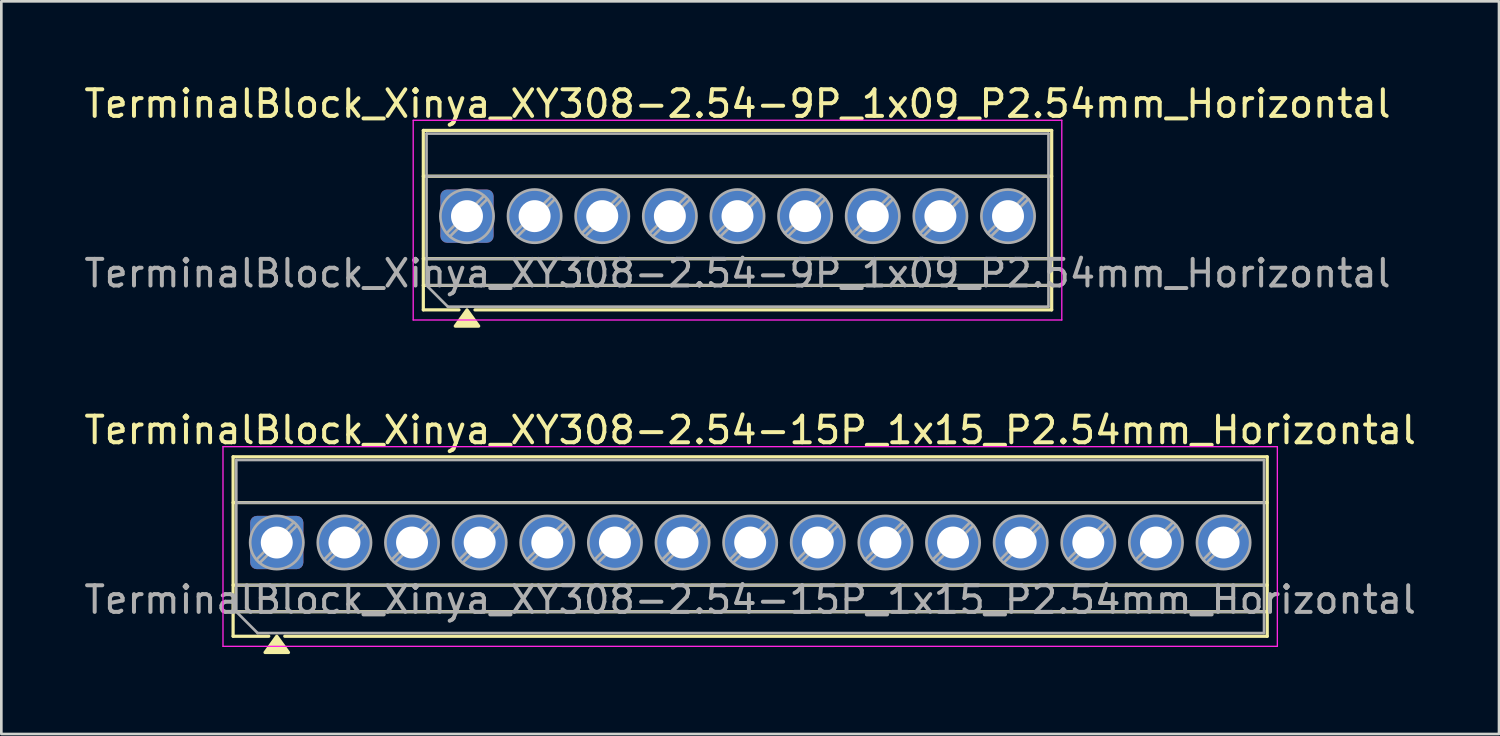
<source format=kicad_pcb>
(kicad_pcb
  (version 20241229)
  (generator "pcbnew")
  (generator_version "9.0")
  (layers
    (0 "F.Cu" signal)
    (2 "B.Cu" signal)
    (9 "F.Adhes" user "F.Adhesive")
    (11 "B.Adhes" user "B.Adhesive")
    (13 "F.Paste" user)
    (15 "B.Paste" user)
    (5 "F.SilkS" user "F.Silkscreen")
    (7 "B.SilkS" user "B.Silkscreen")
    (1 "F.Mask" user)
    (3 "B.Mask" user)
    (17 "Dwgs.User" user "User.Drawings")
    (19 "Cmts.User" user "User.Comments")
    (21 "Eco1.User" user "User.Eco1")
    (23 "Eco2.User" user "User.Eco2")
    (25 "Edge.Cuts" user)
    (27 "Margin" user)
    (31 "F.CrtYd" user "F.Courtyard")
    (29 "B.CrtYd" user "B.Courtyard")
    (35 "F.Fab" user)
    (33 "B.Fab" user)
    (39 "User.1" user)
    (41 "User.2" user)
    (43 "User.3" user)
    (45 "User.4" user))
  (footprint "TerminalBlock_Xinya_XY308-2.54-15P_1x15_P2.54mm_Horizontal"
    (layer "F.Cu")
    (at 7.345 17.326)
    (property "Reference" "TerminalBlock_Xinya_XY308-2.54-15P_1x15_P2.54mm_Horizontal" (at 17.78 -4.22 0) (layer "F.SilkS") (effects (font (size 1 1) (thickness 0.15))))
    (attr through_hole)
    (fp_line (start -1.64 -3.22) (end -1.64 3.52) (stroke (width 0.12) (type solid)) (layer "F.SilkS"))
    (fp_line (start -1.64 -3.22) (end 37.2 -3.22) (stroke (width 0.12) (type solid)) (layer "F.SilkS"))
    (fp_line (start -1.64 -1.5) (end 37.2 -1.5) (stroke (width 0.12) (type solid)) (layer "F.SilkS"))
    (fp_line (start -1.64 1.6) (end 37.2 1.6) (stroke (width 0.12) (type solid)) (layer "F.SilkS"))
    (fp_line (start -1.64 2.6) (end 37.2 2.6) (stroke (width 0.12) (type solid)) (layer "F.SilkS"))
    (fp_line (start -1.64 3.52) (end -0.3 3.52) (stroke (width 0.12) (type solid)) (layer "F.SilkS"))
    (fp_line (start 0.3 3.52) (end 37.2 3.52) (stroke (width 0.12) (type solid)) (layer "F.SilkS"))
    (fp_line (start 37.2 -3.22) (end 37.2 3.52) (stroke (width 0.12) (type solid)) (layer "F.SilkS"))
    (fp_poly (pts (xy 0 3.52) (xy 0.44 4.13) (xy -0.44 4.13)) (stroke (width 0.12) (type solid)) (fill yes) (layer "F.SilkS"))
    (fp_line (start -2.02 -3.6) (end -2.02 3.9) (stroke (width 0.05) (type solid)) (layer "F.CrtYd"))
    (fp_line (start -2.02 3.9) (end 37.58 3.9) (stroke (width 0.05) (type solid)) (layer "F.CrtYd"))
    (fp_line (start 37.58 -3.6) (end -2.02 -3.6) (stroke (width 0.05) (type solid)) (layer "F.CrtYd"))
    (fp_line (start 37.58 3.9) (end 37.58 -3.6) (stroke (width 0.05) (type solid)) (layer "F.CrtYd"))
    (fp_line (start -1.52 -3.1) (end 37.08 -3.1) (stroke (width 0.1) (type solid)) (layer "F.Fab"))
    (fp_line (start -1.52 -1.5) (end 37.08 -1.5) (stroke (width 0.1) (type solid)) (layer "F.Fab"))
    (fp_line (start -1.52 1.6) (end 37.08 1.6) (stroke (width 0.1) (type solid)) (layer "F.Fab"))
    (fp_line (start -1.52 2.6) (end -1.52 -3.1) (stroke (width 0.1) (type solid)) (layer "F.Fab"))
    (fp_line (start -1.52 2.6) (end 37.08 2.6) (stroke (width 0.1) (type solid)) (layer "F.Fab"))
    (fp_line (start -0.72 3.4) (end -1.52 2.6) (stroke (width 0.1) (type solid)) (layer "F.Fab"))
    (fp_line (start 0.636 -0.758) (end -0.758 0.636) (stroke (width 0.1) (type solid)) (layer "F.Fab"))
    (fp_line (start 0.758 -0.636) (end -0.636 0.758) (stroke (width 0.1) (type solid)) (layer "F.Fab"))
    (fp_line (start 3.176 -0.758) (end 1.782 0.636) (stroke (width 0.1) (type solid)) (layer "F.Fab"))
    (fp_line (start 3.298 -0.636) (end 1.904 0.758) (stroke (width 0.1) (type solid)) (layer "F.Fab"))
    (fp_line (start 5.716 -0.758) (end 4.322 0.636) (stroke (width 0.1) (type solid)) (layer "F.Fab"))
    (fp_line (start 5.838 -0.636) (end 4.444 0.758) (stroke (width 0.1) (type solid)) (layer "F.Fab"))
    (fp_line (start 8.256 -0.758) (end 6.862 0.636) (stroke (width 0.1) (type solid)) (layer "F.Fab"))
    (fp_line (start 8.378 -0.636) (end 6.984 0.758) (stroke (width 0.1) (type solid)) (layer "F.Fab"))
    (fp_line (start 10.796 -0.758) (end 9.402 0.636) (stroke (width 0.1) (type solid)) (layer "F.Fab"))
    (fp_line (start 10.918 -0.636) (end 9.524 0.758) (stroke (width 0.1) (type solid)) (layer "F.Fab"))
    (fp_line (start 13.336 -0.758) (end 11.942 0.636) (stroke (width 0.1) (type solid)) (layer "F.Fab"))
    (fp_line (start 13.458 -0.636) (end 12.064 0.758) (stroke (width 0.1) (type solid)) (layer "F.Fab"))
    (fp_line (start 15.876 -0.758) (end 14.482 0.636) (stroke (width 0.1) (type solid)) (layer "F.Fab"))
    (fp_line (start 15.998 -0.636) (end 14.604 0.758) (stroke (width 0.1) (type solid)) (layer "F.Fab"))
    (fp_line (start 18.416 -0.758) (end 17.022 0.636) (stroke (width 0.1) (type solid)) (layer "F.Fab"))
    (fp_line (start 18.538 -0.636) (end 17.144 0.758) (stroke (width 0.1) (type solid)) (layer "F.Fab"))
    (fp_line (start 20.956 -0.758) (end 19.562 0.636) (stroke (width 0.1) (type solid)) (layer "F.Fab"))
    (fp_line (start 21.078 -0.636) (end 19.684 0.758) (stroke (width 0.1) (type solid)) (layer "F.Fab"))
    (fp_line (start 23.496 -0.758) (end 22.102 0.636) (stroke (width 0.1) (type solid)) (layer "F.Fab"))
    (fp_line (start 23.618 -0.636) (end 22.224 0.758) (stroke (width 0.1) (type solid)) (layer "F.Fab"))
    (fp_line (start 26.036 -0.758) (end 24.642 0.636) (stroke (width 0.1) (type solid)) (layer "F.Fab"))
    (fp_line (start 26.158 -0.636) (end 24.764 0.758) (stroke (width 0.1) (type solid)) (layer "F.Fab"))
    (fp_line (start 28.576 -0.758) (end 27.182 0.636) (stroke (width 0.1) (type solid)) (layer "F.Fab"))
    (fp_line (start 28.698 -0.636) (end 27.304 0.758) (stroke (width 0.1) (type solid)) (layer "F.Fab"))
    (fp_line (start 31.116 -0.758) (end 29.722 0.636) (stroke (width 0.1) (type solid)) (layer "F.Fab"))
    (fp_line (start 31.238 -0.636) (end 29.844 0.758) (stroke (width 0.1) (type solid)) (layer "F.Fab"))
    (fp_line (start 33.656 -0.758) (end 32.262 0.636) (stroke (width 0.1) (type solid)) (layer "F.Fab"))
    (fp_line (start 33.778 -0.636) (end 32.384 0.758) (stroke (width 0.1) (type solid)) (layer "F.Fab"))
    (fp_line (start 36.196 -0.758) (end 34.802 0.636) (stroke (width 0.1) (type solid)) (layer "F.Fab"))
    (fp_line (start 36.318 -0.636) (end 34.924 0.758) (stroke (width 0.1) (type solid)) (layer "F.Fab"))
    (fp_line (start 37.08 -3.1) (end 37.08 3.4) (stroke (width 0.1) (type solid)) (layer "F.Fab"))
    (fp_line (start 37.08 3.4) (end -0.72 3.4) (stroke (width 0.1) (type solid)) (layer "F.Fab"))
    (fp_circle (center 0 0) (end 1 0) (stroke (width 0.1) (type solid)) (fill no) (layer "F.Fab"))
    (fp_circle (center 2.54 0) (end 3.54 0) (stroke (width 0.1) (type solid)) (fill no) (layer "F.Fab"))
    (fp_circle (center 5.08 0) (end 6.08 0) (stroke (width 0.1) (type solid)) (fill no) (layer "F.Fab"))
    (fp_circle (center 7.62 0) (end 8.62 0) (stroke (width 0.1) (type solid)) (fill no) (layer "F.Fab"))
    (fp_circle (center 10.16 0) (end 11.16 0) (stroke (width 0.1) (type solid)) (fill no) (layer "F.Fab"))
    (fp_circle (center 12.7 0) (end 13.7 0) (stroke (width 0.1) (type solid)) (fill no) (layer "F.Fab"))
    (fp_circle (center 15.24 0) (end 16.24 0) (stroke (width 0.1) (type solid)) (fill no) (layer "F.Fab"))
    (fp_circle (center 17.78 0) (end 18.78 0) (stroke (width 0.1) (type solid)) (fill no) (layer "F.Fab"))
    (fp_circle (center 20.32 0) (end 21.32 0) (stroke (width 0.1) (type solid)) (fill no) (layer "F.Fab"))
    (fp_circle (center 22.86 0) (end 23.86 0) (stroke (width 0.1) (type solid)) (fill no) (layer "F.Fab"))
    (fp_circle (center 25.4 0) (end 26.4 0) (stroke (width 0.1) (type solid)) (fill no) (layer "F.Fab"))
    (fp_circle (center 27.94 0) (end 28.94 0) (stroke (width 0.1) (type solid)) (fill no) (layer "F.Fab"))
    (fp_circle (center 30.48 0) (end 31.48 0) (stroke (width 0.1) (type solid)) (fill no) (layer "F.Fab"))
    (fp_circle (center 33.02 0) (end 34.02 0) (stroke (width 0.1) (type solid)) (fill no) (layer "F.Fab"))
    (fp_circle (center 35.56 0) (end 36.56 0) (stroke (width 0.1) (type solid)) (fill no) (layer "F.Fab"))
    (fp_text user "${REFERENCE}" (at 17.78 2.15 0) (layer "F.Fab") (effects (font (size 1 1) (thickness 0.15))))
    (pad "1" thru_hole roundrect (at 0 0) (size 2 2) (drill 1.2) (layers "*.Cu" "*.Mask") (roundrect_rratio 0.125))
    (pad "2" thru_hole circle (at 2.54 0) (size 2 2) (drill 1.2) (layers "*.Cu" "*.Mask"))
    (pad "3" thru_hole circle (at 5.08 0) (size 2 2) (drill 1.2) (layers "*.Cu" "*.Mask"))
    (pad "4" thru_hole circle (at 7.62 0) (size 2 2) (drill 1.2) (layers "*.Cu" "*.Mask"))
    (pad "5" thru_hole circle (at 10.16 0) (size 2 2) (drill 1.2) (layers "*.Cu" "*.Mask"))
    (pad "6" thru_hole circle (at 12.7 0) (size 2 2) (drill 1.2) (layers "*.Cu" "*.Mask"))
    (pad "7" thru_hole circle (at 15.24 0) (size 2 2) (drill 1.2) (layers "*.Cu" "*.Mask"))
    (pad "8" thru_hole circle (at 17.78 0) (size 2 2) (drill 1.2) (layers "*.Cu" "*.Mask"))
    (pad "9" thru_hole circle (at 20.32 0) (size 2 2) (drill 1.2) (layers "*.Cu" "*.Mask"))
    (pad "10" thru_hole circle (at 22.86 0) (size 2 2) (drill 1.2) (layers "*.Cu" "*.Mask"))
    (pad "11" thru_hole circle (at 25.4 0) (size 2 2) (drill 1.2) (layers "*.Cu" "*.Mask"))
    (pad "12" thru_hole circle (at 27.94 0) (size 2 2) (drill 1.2) (layers "*.Cu" "*.Mask"))
    (pad "13" thru_hole circle (at 30.48 0) (size 2 2) (drill 1.2) (layers "*.Cu" "*.Mask"))
    (pad "14" thru_hole circle (at 33.02 0) (size 2 2) (drill 1.2) (layers "*.Cu" "*.Mask"))
    (pad "15" thru_hole circle (at 35.56 0) (size 2 2) (drill 1.2) (layers "*.Cu" "*.Mask")))
  (footprint "TerminalBlock_Xinya_XY308-2.54-9P_1x09_P2.54mm_Horizontal"
    (layer "F.Cu")
    (at 14.489 5.068)
    (property "Reference" "TerminalBlock_Xinya_XY308-2.54-9P_1x09_P2.54mm_Horizontal" (at 10.16 -4.22 0) (layer "F.SilkS") (effects (font (size 1 1) (thickness 0.15))))
    (attr through_hole)
    (fp_line (start -1.64 -3.22) (end -1.64 3.52) (stroke (width 0.12) (type solid)) (layer "F.SilkS"))
    (fp_line (start -1.64 -3.22) (end 21.96 -3.22) (stroke (width 0.12) (type solid)) (layer "F.SilkS"))
    (fp_line (start -1.64 -1.5) (end 21.96 -1.5) (stroke (width 0.12) (type solid)) (layer "F.SilkS"))
    (fp_line (start -1.64 1.6) (end 21.96 1.6) (stroke (width 0.12) (type solid)) (layer "F.SilkS"))
    (fp_line (start -1.64 2.6) (end 21.96 2.6) (stroke (width 0.12) (type solid)) (layer "F.SilkS"))
    (fp_line (start -1.64 3.52) (end -0.3 3.52) (stroke (width 0.12) (type solid)) (layer "F.SilkS"))
    (fp_line (start 0.3 3.52) (end 21.96 3.52) (stroke (width 0.12) (type solid)) (layer "F.SilkS"))
    (fp_line (start 21.96 -3.22) (end 21.96 3.52) (stroke (width 0.12) (type solid)) (layer "F.SilkS"))
    (fp_poly (pts (xy 0 3.52) (xy 0.44 4.13) (xy -0.44 4.13)) (stroke (width 0.12) (type solid)) (fill yes) (layer "F.SilkS"))
    (fp_line (start -2.02 -3.6) (end -2.02 3.9) (stroke (width 0.05) (type solid)) (layer "F.CrtYd"))
    (fp_line (start -2.02 3.9) (end 22.34 3.9) (stroke (width 0.05) (type solid)) (layer "F.CrtYd"))
    (fp_line (start 22.34 -3.6) (end -2.02 -3.6) (stroke (width 0.05) (type solid)) (layer "F.CrtYd"))
    (fp_line (start 22.34 3.9) (end 22.34 -3.6) (stroke (width 0.05) (type solid)) (layer "F.CrtYd"))
    (fp_line (start -1.52 -3.1) (end 21.84 -3.1) (stroke (width 0.1) (type solid)) (layer "F.Fab"))
    (fp_line (start -1.52 -1.5) (end 21.84 -1.5) (stroke (width 0.1) (type solid)) (layer "F.Fab"))
    (fp_line (start -1.52 1.6) (end 21.84 1.6) (stroke (width 0.1) (type solid)) (layer "F.Fab"))
    (fp_line (start -1.52 2.6) (end -1.52 -3.1) (stroke (width 0.1) (type solid)) (layer "F.Fab"))
    (fp_line (start -1.52 2.6) (end 21.84 2.6) (stroke (width 0.1) (type solid)) (layer "F.Fab"))
    (fp_line (start -0.72 3.4) (end -1.52 2.6) (stroke (width 0.1) (type solid)) (layer "F.Fab"))
    (fp_line (start 0.636 -0.758) (end -0.758 0.636) (stroke (width 0.1) (type solid)) (layer "F.Fab"))
    (fp_line (start 0.758 -0.636) (end -0.636 0.758) (stroke (width 0.1) (type solid)) (layer "F.Fab"))
    (fp_line (start 3.176 -0.758) (end 1.782 0.636) (stroke (width 0.1) (type solid)) (layer "F.Fab"))
    (fp_line (start 3.298 -0.636) (end 1.904 0.758) (stroke (width 0.1) (type solid)) (layer "F.Fab"))
    (fp_line (start 5.716 -0.758) (end 4.322 0.636) (stroke (width 0.1) (type solid)) (layer "F.Fab"))
    (fp_line (start 5.838 -0.636) (end 4.444 0.758) (stroke (width 0.1) (type solid)) (layer "F.Fab"))
    (fp_line (start 8.256 -0.758) (end 6.862 0.636) (stroke (width 0.1) (type solid)) (layer "F.Fab"))
    (fp_line (start 8.378 -0.636) (end 6.984 0.758) (stroke (width 0.1) (type solid)) (layer "F.Fab"))
    (fp_line (start 10.796 -0.758) (end 9.402 0.636) (stroke (width 0.1) (type solid)) (layer "F.Fab"))
    (fp_line (start 10.918 -0.636) (end 9.524 0.758) (stroke (width 0.1) (type solid)) (layer "F.Fab"))
    (fp_line (start 13.336 -0.758) (end 11.942 0.636) (stroke (width 0.1) (type solid)) (layer "F.Fab"))
    (fp_line (start 13.458 -0.636) (end 12.064 0.758) (stroke (width 0.1) (type solid)) (layer "F.Fab"))
    (fp_line (start 15.876 -0.758) (end 14.482 0.636) (stroke (width 0.1) (type solid)) (layer "F.Fab"))
    (fp_line (start 15.998 -0.636) (end 14.604 0.758) (stroke (width 0.1) (type solid)) (layer "F.Fab"))
    (fp_line (start 18.416 -0.758) (end 17.022 0.636) (stroke (width 0.1) (type solid)) (layer "F.Fab"))
    (fp_line (start 18.538 -0.636) (end 17.144 0.758) (stroke (width 0.1) (type solid)) (layer "F.Fab"))
    (fp_line (start 20.956 -0.758) (end 19.562 0.636) (stroke (width 0.1) (type solid)) (layer "F.Fab"))
    (fp_line (start 21.078 -0.636) (end 19.684 0.758) (stroke (width 0.1) (type solid)) (layer "F.Fab"))
    (fp_line (start 21.84 -3.1) (end 21.84 3.4) (stroke (width 0.1) (type solid)) (layer "F.Fab"))
    (fp_line (start 21.84 3.4) (end -0.72 3.4) (stroke (width 0.1) (type solid)) (layer "F.Fab"))
    (fp_circle (center 0 0) (end 1 0) (stroke (width 0.1) (type solid)) (fill no) (layer "F.Fab"))
    (fp_circle (center 2.54 0) (end 3.54 0) (stroke (width 0.1) (type solid)) (fill no) (layer "F.Fab"))
    (fp_circle (center 5.08 0) (end 6.08 0) (stroke (width 0.1) (type solid)) (fill no) (layer "F.Fab"))
    (fp_circle (center 7.62 0) (end 8.62 0) (stroke (width 0.1) (type solid)) (fill no) (layer "F.Fab"))
    (fp_circle (center 10.16 0) (end 11.16 0) (stroke (width 0.1) (type solid)) (fill no) (layer "F.Fab"))
    (fp_circle (center 12.7 0) (end 13.7 0) (stroke (width 0.1) (type solid)) (fill no) (layer "F.Fab"))
    (fp_circle (center 15.24 0) (end 16.24 0) (stroke (width 0.1) (type solid)) (fill no) (layer "F.Fab"))
    (fp_circle (center 17.78 0) (end 18.78 0) (stroke (width 0.1) (type solid)) (fill no) (layer "F.Fab"))
    (fp_circle (center 20.32 0) (end 21.32 0) (stroke (width 0.1) (type solid)) (fill no) (layer "F.Fab"))
    (fp_text user "${REFERENCE}" (at 10.16 2.15 0) (layer "F.Fab") (effects (font (size 1 1) (thickness 0.15))))
    (pad "1" thru_hole roundrect (at 0 0) (size 2 2) (drill 1.2) (layers "*.Cu" "*.Mask") (roundrect_rratio 0.125))
    (pad "2" thru_hole circle (at 2.54 0) (size 2 2) (drill 1.2) (layers "*.Cu" "*.Mask"))
    (pad "3" thru_hole circle (at 5.08 0) (size 2 2) (drill 1.2) (layers "*.Cu" "*.Mask"))
    (pad "4" thru_hole circle (at 7.62 0) (size 2 2) (drill 1.2) (layers "*.Cu" "*.Mask"))
    (pad "5" thru_hole circle (at 10.16 0) (size 2 2) (drill 1.2) (layers "*.Cu" "*.Mask"))
    (pad "6" thru_hole circle (at 12.7 0) (size 2 2) (drill 1.2) (layers "*.Cu" "*.Mask"))
    (pad "7" thru_hole circle (at 15.24 0) (size 2 2) (drill 1.2) (layers "*.Cu" "*.Mask"))
    (pad "8" thru_hole circle (at 17.78 0) (size 2 2) (drill 1.2) (layers "*.Cu" "*.Mask"))
    (pad "9" thru_hole circle (at 20.32 0) (size 2 2) (drill 1.2) (layers "*.Cu" "*.Mask")))
  (gr_rect
    (start -3 -3)
    (end 53.25 24.517)
    (stroke (width 0.1) (type default))
    (fill no)
    (layer "Edge.Cuts")))
</source>
